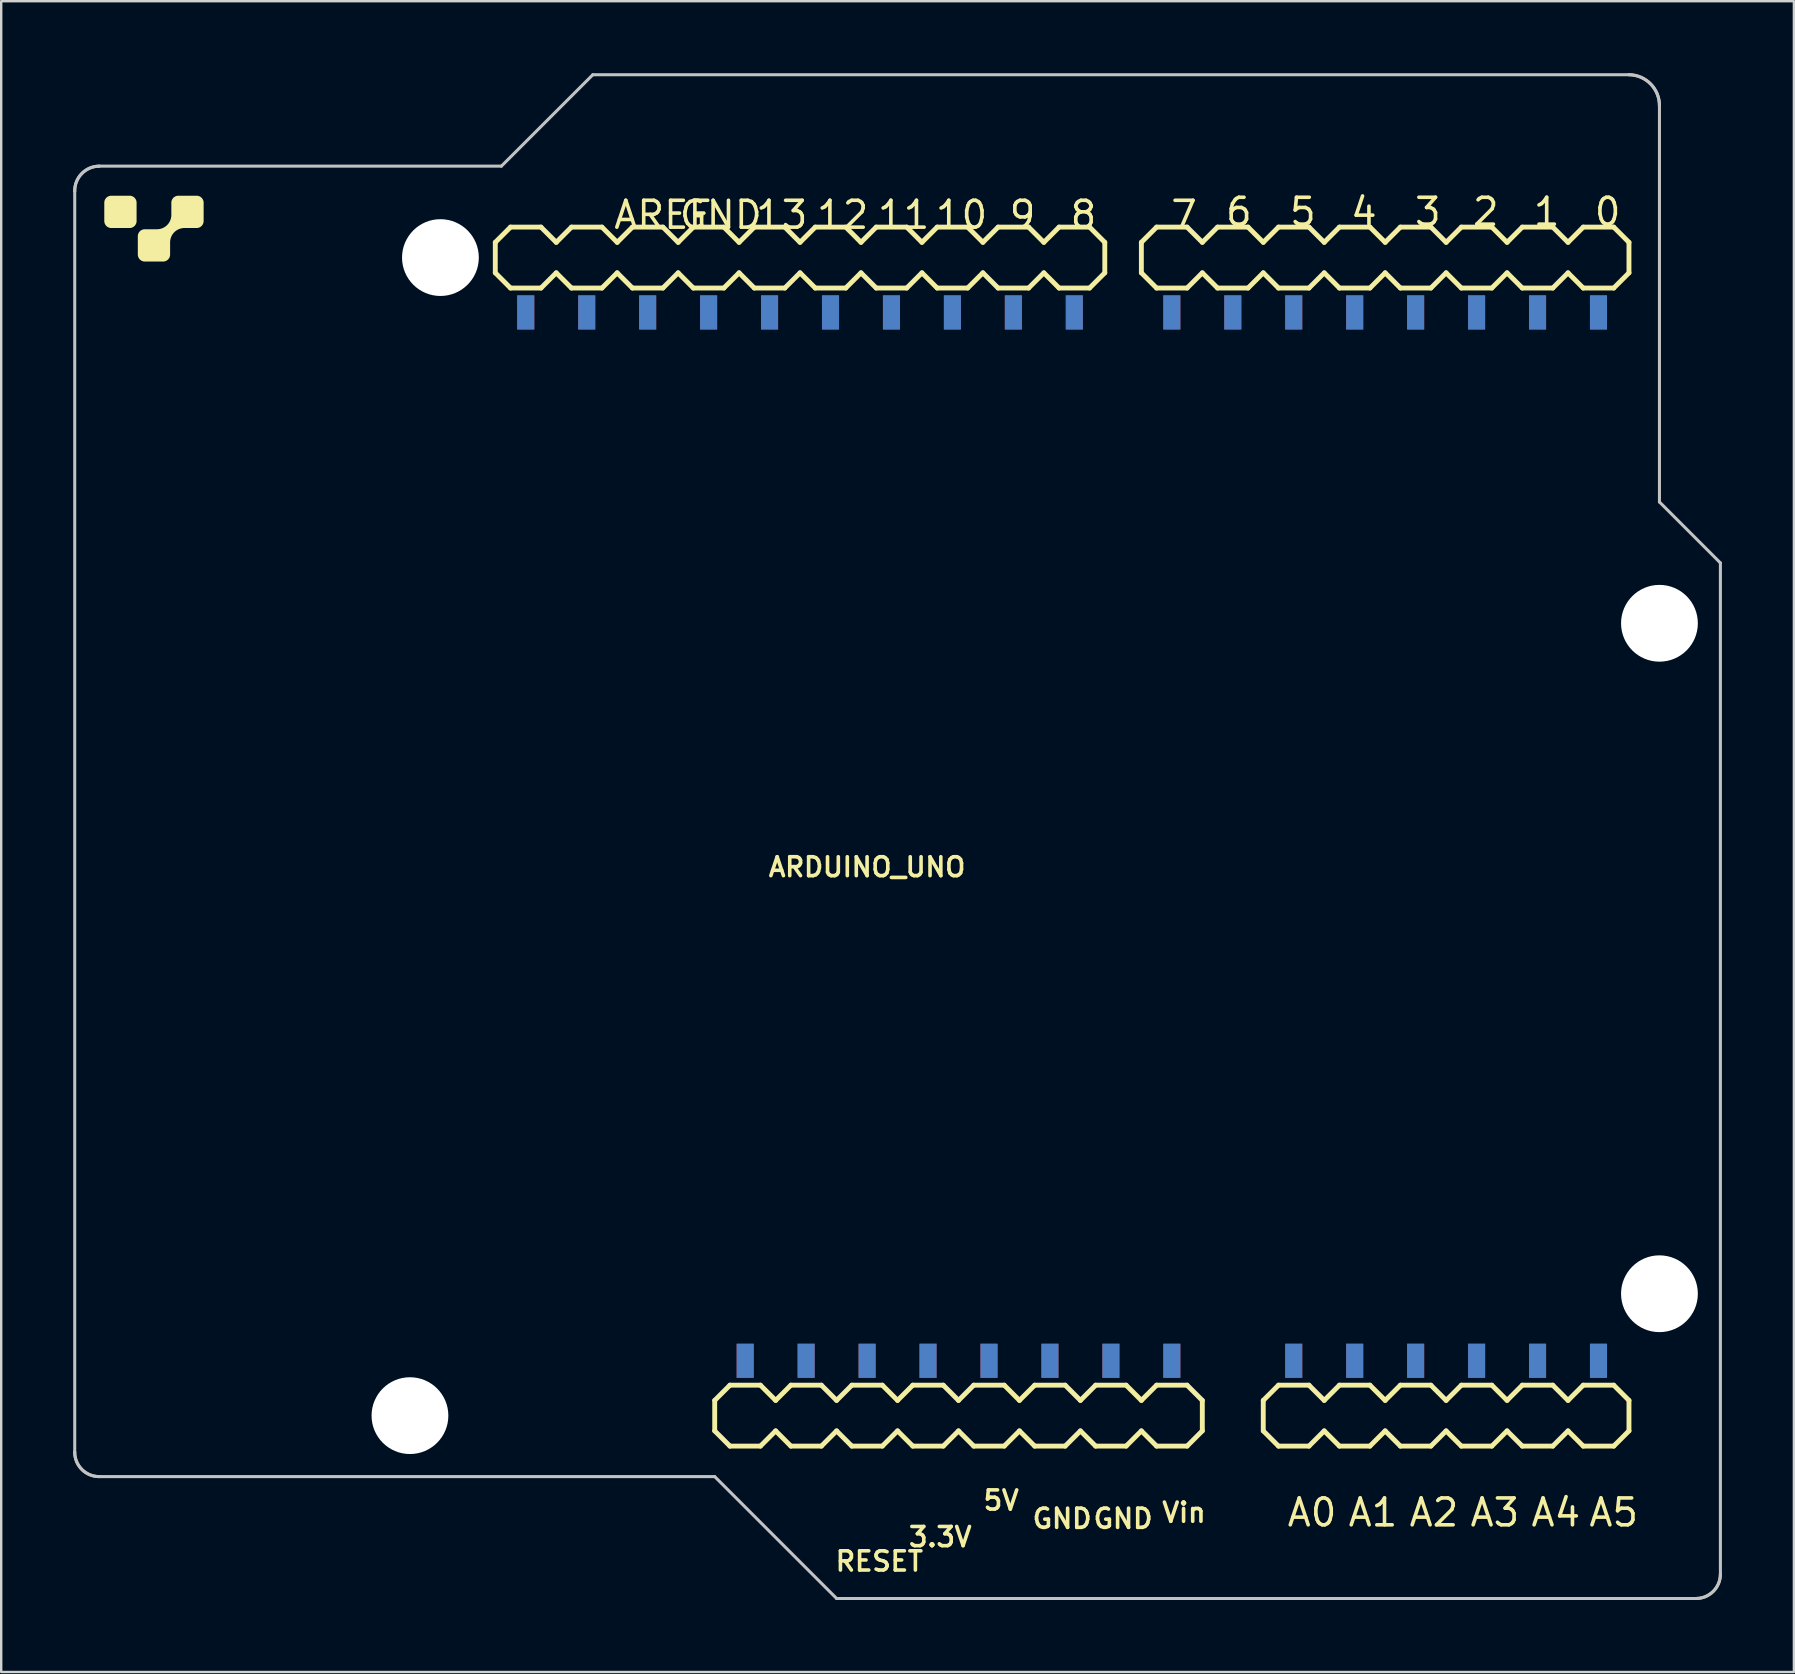
<source format=kicad_pcb>
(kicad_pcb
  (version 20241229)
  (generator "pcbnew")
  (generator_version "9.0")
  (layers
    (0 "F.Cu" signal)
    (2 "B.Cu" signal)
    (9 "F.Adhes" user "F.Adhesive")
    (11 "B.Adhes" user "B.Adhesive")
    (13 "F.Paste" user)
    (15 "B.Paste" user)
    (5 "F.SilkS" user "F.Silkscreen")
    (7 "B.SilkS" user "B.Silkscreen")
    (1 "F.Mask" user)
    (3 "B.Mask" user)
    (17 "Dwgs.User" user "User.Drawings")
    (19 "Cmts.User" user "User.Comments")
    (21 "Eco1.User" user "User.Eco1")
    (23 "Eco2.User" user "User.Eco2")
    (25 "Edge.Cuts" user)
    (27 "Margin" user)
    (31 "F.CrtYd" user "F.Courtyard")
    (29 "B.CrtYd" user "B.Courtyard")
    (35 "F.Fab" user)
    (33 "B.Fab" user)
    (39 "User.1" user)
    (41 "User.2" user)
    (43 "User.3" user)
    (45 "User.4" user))
  (footprint "ARDUINO_UNO"
    (layer "F.Cu")
    (at 33.084 33.084)
    (property "Reference" "ARDUINO_UNO" (at 0 0 0) (layer "F.SilkS") (effects (font (size 0.787 0.787) (thickness 0.15))))
    (attr smd)
    (fp_line (start -15.494 -26.035) (end -15.494 -24.765) (stroke (width 0.203) (type solid)) (layer "F.SilkS"))
    (fp_line (start -15.494 -24.765) (end -14.859 -24.13) (stroke (width 0.203) (type solid)) (layer "F.SilkS"))
    (fp_line (start -14.859 -26.67) (end -15.494 -26.035) (stroke (width 0.203) (type solid)) (layer "F.SilkS"))
    (fp_line (start -14.859 -26.67) (end -13.589 -26.67) (stroke (width 0.203) (type solid)) (layer "F.SilkS"))
    (fp_line (start -13.589 -26.67) (end -12.954 -26.035) (stroke (width 0.203) (type solid)) (layer "F.SilkS"))
    (fp_line (start -13.589 -24.13) (end -14.859 -24.13) (stroke (width 0.203) (type solid)) (layer "F.SilkS"))
    (fp_line (start -12.954 -24.765) (end -13.589 -24.13) (stroke (width 0.203) (type solid)) (layer "F.SilkS"))
    (fp_line (start -12.954 -24.765) (end -12.319 -24.13) (stroke (width 0.203) (type solid)) (layer "F.SilkS"))
    (fp_line (start -12.319 -26.67) (end -12.954 -26.035) (stroke (width 0.203) (type solid)) (layer "F.SilkS"))
    (fp_line (start -12.319 -26.67) (end -11.049 -26.67) (stroke (width 0.203) (type solid)) (layer "F.SilkS"))
    (fp_line (start -11.049 -26.67) (end -10.414 -26.035) (stroke (width 0.203) (type solid)) (layer "F.SilkS"))
    (fp_line (start -11.049 -24.13) (end -12.319 -24.13) (stroke (width 0.203) (type solid)) (layer "F.SilkS"))
    (fp_line (start -10.414 -24.765) (end -11.049 -24.13) (stroke (width 0.203) (type solid)) (layer "F.SilkS"))
    (fp_line (start -10.414 -24.765) (end -9.779 -24.13) (stroke (width 0.203) (type solid)) (layer "F.SilkS"))
    (fp_line (start -9.779 -26.67) (end -10.414 -26.035) (stroke (width 0.203) (type solid)) (layer "F.SilkS"))
    (fp_line (start -9.779 -26.67) (end -8.509 -26.67) (stroke (width 0.203) (type solid)) (layer "F.SilkS"))
    (fp_line (start -8.509 -26.67) (end -7.874 -26.035) (stroke (width 0.203) (type solid)) (layer "F.SilkS"))
    (fp_line (start -8.509 -24.13) (end -9.779 -24.13) (stroke (width 0.203) (type solid)) (layer "F.SilkS"))
    (fp_line (start -7.874 -26.035) (end -7.239 -26.67) (stroke (width 0.203) (type solid)) (layer "F.SilkS"))
    (fp_line (start -7.874 -24.765) (end -8.509 -24.13) (stroke (width 0.203) (type solid)) (layer "F.SilkS"))
    (fp_line (start -7.239 -26.67) (end -5.969 -26.67) (stroke (width 0.203) (type solid)) (layer "F.SilkS"))
    (fp_line (start -7.239 -24.13) (end -7.874 -24.765) (stroke (width 0.203) (type solid)) (layer "F.SilkS"))
    (fp_line (start -6.35 22.225) (end -6.35 23.495) (stroke (width 0.203) (type solid)) (layer "F.SilkS"))
    (fp_line (start -6.35 23.495) (end -5.715 24.13) (stroke (width 0.203) (type solid)) (layer "F.SilkS"))
    (fp_line (start -5.969 -26.67) (end -5.334 -26.035) (stroke (width 0.203) (type solid)) (layer "F.SilkS"))
    (fp_line (start -5.969 -24.13) (end -7.239 -24.13) (stroke (width 0.203) (type solid)) (layer "F.SilkS"))
    (fp_line (start -5.715 21.59) (end -6.35 22.225) (stroke (width 0.203) (type solid)) (layer "F.SilkS"))
    (fp_line (start -5.715 21.59) (end -4.445 21.59) (stroke (width 0.203) (type solid)) (layer "F.SilkS"))
    (fp_line (start -5.334 -26.035) (end -4.699 -26.67) (stroke (width 0.203) (type solid)) (layer "F.SilkS"))
    (fp_line (start -5.334 -24.765) (end -5.969 -24.13) (stroke (width 0.203) (type solid)) (layer "F.SilkS"))
    (fp_line (start -4.699 -26.67) (end -3.429 -26.67) (stroke (width 0.203) (type solid)) (layer "F.SilkS"))
    (fp_line (start -4.699 -24.13) (end -5.334 -24.765) (stroke (width 0.203) (type solid)) (layer "F.SilkS"))
    (fp_line (start -4.445 21.59) (end -3.81 22.225) (stroke (width 0.203) (type solid)) (layer "F.SilkS"))
    (fp_line (start -4.445 24.13) (end -5.715 24.13) (stroke (width 0.203) (type solid)) (layer "F.SilkS"))
    (fp_line (start -3.81 23.495) (end -4.445 24.13) (stroke (width 0.203) (type solid)) (layer "F.SilkS"))
    (fp_line (start -3.81 23.495) (end -3.175 24.13) (stroke (width 0.203) (type solid)) (layer "F.SilkS"))
    (fp_line (start -3.429 -26.67) (end -2.794 -26.035) (stroke (width 0.203) (type solid)) (layer "F.SilkS"))
    (fp_line (start -3.429 -24.13) (end -4.699 -24.13) (stroke (width 0.203) (type solid)) (layer "F.SilkS"))
    (fp_line (start -3.175 21.59) (end -3.81 22.225) (stroke (width 0.203) (type solid)) (layer "F.SilkS"))
    (fp_line (start -3.175 21.59) (end -1.905 21.59) (stroke (width 0.203) (type solid)) (layer "F.SilkS"))
    (fp_line (start -2.794 -24.765) (end -3.429 -24.13) (stroke (width 0.203) (type solid)) (layer "F.SilkS"))
    (fp_line (start -2.794 -24.765) (end -2.159 -24.13) (stroke (width 0.203) (type solid)) (layer "F.SilkS"))
    (fp_line (start -2.159 -26.67) (end -2.794 -26.035) (stroke (width 0.203) (type solid)) (layer "F.SilkS"))
    (fp_line (start -2.159 -26.67) (end -0.889 -26.67) (stroke (width 0.203) (type solid)) (layer "F.SilkS"))
    (fp_line (start -1.905 21.59) (end -1.27 22.225) (stroke (width 0.203) (type solid)) (layer "F.SilkS"))
    (fp_line (start -1.905 24.13) (end -3.175 24.13) (stroke (width 0.203) (type solid)) (layer "F.SilkS"))
    (fp_line (start -1.27 23.495) (end -1.905 24.13) (stroke (width 0.203) (type solid)) (layer "F.SilkS"))
    (fp_line (start -1.27 23.495) (end -0.635 24.13) (stroke (width 0.203) (type solid)) (layer "F.SilkS"))
    (fp_line (start -0.889 -26.67) (end -0.254 -26.035) (stroke (width 0.203) (type solid)) (layer "F.SilkS"))
    (fp_line (start -0.889 -24.13) (end -2.159 -24.13) (stroke (width 0.203) (type solid)) (layer "F.SilkS"))
    (fp_line (start -0.635 21.59) (end -1.27 22.225) (stroke (width 0.203) (type solid)) (layer "F.SilkS"))
    (fp_line (start -0.635 21.59) (end 0.635 21.59) (stroke (width 0.203) (type solid)) (layer "F.SilkS"))
    (fp_line (start -0.254 -26.035) (end 0.381 -26.67) (stroke (width 0.203) (type solid)) (layer "F.SilkS"))
    (fp_line (start -0.254 -24.765) (end -0.889 -24.13) (stroke (width 0.203) (type solid)) (layer "F.SilkS"))
    (fp_line (start 0.381 -26.67) (end 1.651 -26.67) (stroke (width 0.203) (type solid)) (layer "F.SilkS"))
    (fp_line (start 0.381 -24.13) (end -0.254 -24.765) (stroke (width 0.203) (type solid)) (layer "F.SilkS"))
    (fp_line (start 0.635 21.59) (end 1.27 22.225) (stroke (width 0.203) (type solid)) (layer "F.SilkS"))
    (fp_line (start 0.635 24.13) (end -0.635 24.13) (stroke (width 0.203) (type solid)) (layer "F.SilkS"))
    (fp_line (start 1.27 22.225) (end 1.905 21.59) (stroke (width 0.203) (type solid)) (layer "F.SilkS"))
    (fp_line (start 1.27 23.495) (end 0.635 24.13) (stroke (width 0.203) (type solid)) (layer "F.SilkS"))
    (fp_line (start 1.651 -26.67) (end 2.286 -26.035) (stroke (width 0.203) (type solid)) (layer "F.SilkS"))
    (fp_line (start 1.651 -24.13) (end 0.381 -24.13) (stroke (width 0.203) (type solid)) (layer "F.SilkS"))
    (fp_line (start 1.905 21.59) (end 3.175 21.59) (stroke (width 0.203) (type solid)) (layer "F.SilkS"))
    (fp_line (start 1.905 24.13) (end 1.27 23.495) (stroke (width 0.203) (type solid)) (layer "F.SilkS"))
    (fp_line (start 2.286 -26.035) (end 2.921 -26.67) (stroke (width 0.203) (type solid)) (layer "F.SilkS"))
    (fp_line (start 2.286 -24.765) (end 1.651 -24.13) (stroke (width 0.203) (type solid)) (layer "F.SilkS"))
    (fp_line (start 2.921 -26.67) (end 4.191 -26.67) (stroke (width 0.203) (type solid)) (layer "F.SilkS"))
    (fp_line (start 2.921 -24.13) (end 2.286 -24.765) (stroke (width 0.203) (type solid)) (layer "F.SilkS"))
    (fp_line (start 3.175 21.59) (end 3.81 22.225) (stroke (width 0.203) (type solid)) (layer "F.SilkS"))
    (fp_line (start 3.175 24.13) (end 1.905 24.13) (stroke (width 0.203) (type solid)) (layer "F.SilkS"))
    (fp_line (start 3.81 22.225) (end 4.445 21.59) (stroke (width 0.203) (type solid)) (layer "F.SilkS"))
    (fp_line (start 3.81 23.495) (end 3.175 24.13) (stroke (width 0.203) (type solid)) (layer "F.SilkS"))
    (fp_line (start 4.191 -26.67) (end 4.826 -26.035) (stroke (width 0.203) (type solid)) (layer "F.SilkS"))
    (fp_line (start 4.191 -24.13) (end 2.921 -24.13) (stroke (width 0.203) (type solid)) (layer "F.SilkS"))
    (fp_line (start 4.445 21.59) (end 5.715 21.59) (stroke (width 0.203) (type solid)) (layer "F.SilkS"))
    (fp_line (start 4.445 24.13) (end 3.81 23.495) (stroke (width 0.203) (type solid)) (layer "F.SilkS"))
    (fp_line (start 4.826 -24.765) (end 4.191 -24.13) (stroke (width 0.203) (type solid)) (layer "F.SilkS"))
    (fp_line (start 4.826 -24.765) (end 5.461 -24.13) (stroke (width 0.203) (type solid)) (layer "F.SilkS"))
    (fp_line (start 5.461 -26.67) (end 4.826 -26.035) (stroke (width 0.203) (type solid)) (layer "F.SilkS"))
    (fp_line (start 5.461 -26.67) (end 6.731 -26.67) (stroke (width 0.203) (type solid)) (layer "F.SilkS"))
    (fp_line (start 5.715 21.59) (end 6.35 22.225) (stroke (width 0.203) (type solid)) (layer "F.SilkS"))
    (fp_line (start 5.715 24.13) (end 4.445 24.13) (stroke (width 0.203) (type solid)) (layer "F.SilkS"))
    (fp_line (start 6.35 23.495) (end 5.715 24.13) (stroke (width 0.203) (type solid)) (layer "F.SilkS"))
    (fp_line (start 6.35 23.495) (end 6.985 24.13) (stroke (width 0.203) (type solid)) (layer "F.SilkS"))
    (fp_line (start 6.731 -26.67) (end 7.366 -26.035) (stroke (width 0.203) (type solid)) (layer "F.SilkS"))
    (fp_line (start 6.731 -24.13) (end 5.461 -24.13) (stroke (width 0.203) (type solid)) (layer "F.SilkS"))
    (fp_line (start 6.985 21.59) (end 6.35 22.225) (stroke (width 0.203) (type solid)) (layer "F.SilkS"))
    (fp_line (start 6.985 21.59) (end 8.255 21.59) (stroke (width 0.203) (type solid)) (layer "F.SilkS"))
    (fp_line (start 7.366 -24.765) (end 6.731 -24.13) (stroke (width 0.203) (type solid)) (layer "F.SilkS"))
    (fp_line (start 7.366 -24.765) (end 8.001 -24.13) (stroke (width 0.203) (type solid)) (layer "F.SilkS"))
    (fp_line (start 8.001 -26.67) (end 7.366 -26.035) (stroke (width 0.203) (type solid)) (layer "F.SilkS"))
    (fp_line (start 8.001 -26.67) (end 9.271 -26.67) (stroke (width 0.203) (type solid)) (layer "F.SilkS"))
    (fp_line (start 8.255 21.59) (end 8.89 22.225) (stroke (width 0.203) (type solid)) (layer "F.SilkS"))
    (fp_line (start 8.255 24.13) (end 6.985 24.13) (stroke (width 0.203) (type solid)) (layer "F.SilkS"))
    (fp_line (start 8.89 22.225) (end 9.525 21.59) (stroke (width 0.203) (type solid)) (layer "F.SilkS"))
    (fp_line (start 8.89 23.495) (end 8.255 24.13) (stroke (width 0.203) (type solid)) (layer "F.SilkS"))
    (fp_line (start 9.271 -26.67) (end 9.906 -26.035) (stroke (width 0.203) (type solid)) (layer "F.SilkS"))
    (fp_line (start 9.271 -24.13) (end 8.001 -24.13) (stroke (width 0.203) (type solid)) (layer "F.SilkS"))
    (fp_line (start 9.525 21.59) (end 10.795 21.59) (stroke (width 0.203) (type solid)) (layer "F.SilkS"))
    (fp_line (start 9.525 24.13) (end 8.89 23.495) (stroke (width 0.203) (type solid)) (layer "F.SilkS"))
    (fp_line (start 9.906 -26.035) (end 9.906 -24.765) (stroke (width 0.203) (type solid)) (layer "F.SilkS"))
    (fp_line (start 9.906 -24.765) (end 9.271 -24.13) (stroke (width 0.203) (type solid)) (layer "F.SilkS"))
    (fp_line (start 10.795 21.59) (end 11.43 22.225) (stroke (width 0.203) (type solid)) (layer "F.SilkS"))
    (fp_line (start 10.795 24.13) (end 9.525 24.13) (stroke (width 0.203) (type solid)) (layer "F.SilkS"))
    (fp_line (start 11.43 -26.035) (end 11.43 -24.765) (stroke (width 0.203) (type solid)) (layer "F.SilkS"))
    (fp_line (start 11.43 -24.765) (end 12.065 -24.13) (stroke (width 0.203) (type solid)) (layer "F.SilkS"))
    (fp_line (start 11.43 22.225) (end 12.065 21.59) (stroke (width 0.203) (type solid)) (layer "F.SilkS"))
    (fp_line (start 11.43 23.495) (end 10.795 24.13) (stroke (width 0.203) (type solid)) (layer "F.SilkS"))
    (fp_line (start 12.065 -26.67) (end 11.43 -26.035) (stroke (width 0.203) (type solid)) (layer "F.SilkS"))
    (fp_line (start 12.065 -26.67) (end 13.335 -26.67) (stroke (width 0.203) (type solid)) (layer "F.SilkS"))
    (fp_line (start 12.065 21.59) (end 13.335 21.59) (stroke (width 0.203) (type solid)) (layer "F.SilkS"))
    (fp_line (start 12.065 24.13) (end 11.43 23.495) (stroke (width 0.203) (type solid)) (layer "F.SilkS"))
    (fp_line (start 13.335 -26.67) (end 13.97 -26.035) (stroke (width 0.203) (type solid)) (layer "F.SilkS"))
    (fp_line (start 13.335 -24.13) (end 12.065 -24.13) (stroke (width 0.203) (type solid)) (layer "F.SilkS"))
    (fp_line (start 13.335 21.59) (end 13.97 22.225) (stroke (width 0.203) (type solid)) (layer "F.SilkS"))
    (fp_line (start 13.335 24.13) (end 12.065 24.13) (stroke (width 0.203) (type solid)) (layer "F.SilkS"))
    (fp_line (start 13.97 -26.035) (end 14.605 -26.67) (stroke (width 0.203) (type solid)) (layer "F.SilkS"))
    (fp_line (start 13.97 -24.765) (end 13.335 -24.13) (stroke (width 0.203) (type solid)) (layer "F.SilkS"))
    (fp_line (start 13.97 22.225) (end 13.97 23.495) (stroke (width 0.203) (type solid)) (layer "F.SilkS"))
    (fp_line (start 13.97 23.495) (end 13.335 24.13) (stroke (width 0.203) (type solid)) (layer "F.SilkS"))
    (fp_line (start 14.605 -26.67) (end 15.875 -26.67) (stroke (width 0.203) (type solid)) (layer "F.SilkS"))
    (fp_line (start 14.605 -24.13) (end 13.97 -24.765) (stroke (width 0.203) (type solid)) (layer "F.SilkS"))
    (fp_line (start 15.875 -26.67) (end 16.51 -26.035) (stroke (width 0.203) (type solid)) (layer "F.SilkS"))
    (fp_line (start 15.875 -24.13) (end 14.605 -24.13) (stroke (width 0.203) (type solid)) (layer "F.SilkS"))
    (fp_line (start 16.51 -26.035) (end 17.145 -26.67) (stroke (width 0.203) (type solid)) (layer "F.SilkS"))
    (fp_line (start 16.51 -24.765) (end 15.875 -24.13) (stroke (width 0.203) (type solid)) (layer "F.SilkS"))
    (fp_line (start 16.51 22.225) (end 16.51 23.495) (stroke (width 0.203) (type solid)) (layer "F.SilkS"))
    (fp_line (start 16.51 23.495) (end 17.145 24.13) (stroke (width 0.203) (type solid)) (layer "F.SilkS"))
    (fp_line (start 17.145 -26.67) (end 18.415 -26.67) (stroke (width 0.203) (type solid)) (layer "F.SilkS"))
    (fp_line (start 17.145 -24.13) (end 16.51 -24.765) (stroke (width 0.203) (type solid)) (layer "F.SilkS"))
    (fp_line (start 17.145 21.59) (end 16.51 22.225) (stroke (width 0.203) (type solid)) (layer "F.SilkS"))
    (fp_line (start 17.145 21.59) (end 18.415 21.59) (stroke (width 0.203) (type solid)) (layer "F.SilkS"))
    (fp_line (start 18.415 -26.67) (end 19.05 -26.035) (stroke (width 0.203) (type solid)) (layer "F.SilkS"))
    (fp_line (start 18.415 -24.13) (end 17.145 -24.13) (stroke (width 0.203) (type solid)) (layer "F.SilkS"))
    (fp_line (start 18.415 21.59) (end 19.05 22.225) (stroke (width 0.203) (type solid)) (layer "F.SilkS"))
    (fp_line (start 18.415 24.13) (end 17.145 24.13) (stroke (width 0.203) (type solid)) (layer "F.SilkS"))
    (fp_line (start 19.05 -24.765) (end 18.415 -24.13) (stroke (width 0.203) (type solid)) (layer "F.SilkS"))
    (fp_line (start 19.05 -24.765) (end 19.685 -24.13) (stroke (width 0.203) (type solid)) (layer "F.SilkS"))
    (fp_line (start 19.05 22.225) (end 19.685 21.59) (stroke (width 0.203) (type solid)) (layer "F.SilkS"))
    (fp_line (start 19.05 23.495) (end 18.415 24.13) (stroke (width 0.203) (type solid)) (layer "F.SilkS"))
    (fp_line (start 19.685 -26.67) (end 19.05 -26.035) (stroke (width 0.203) (type solid)) (layer "F.SilkS"))
    (fp_line (start 19.685 -26.67) (end 20.955 -26.67) (stroke (width 0.203) (type solid)) (layer "F.SilkS"))
    (fp_line (start 19.685 21.59) (end 20.955 21.59) (stroke (width 0.203) (type solid)) (layer "F.SilkS"))
    (fp_line (start 19.685 24.13) (end 19.05 23.495) (stroke (width 0.203) (type solid)) (layer "F.SilkS"))
    (fp_line (start 20.955 -26.67) (end 21.59 -26.035) (stroke (width 0.203) (type solid)) (layer "F.SilkS"))
    (fp_line (start 20.955 -24.13) (end 19.685 -24.13) (stroke (width 0.203) (type solid)) (layer "F.SilkS"))
    (fp_line (start 20.955 21.59) (end 21.59 22.225) (stroke (width 0.203) (type solid)) (layer "F.SilkS"))
    (fp_line (start 20.955 24.13) (end 19.685 24.13) (stroke (width 0.203) (type solid)) (layer "F.SilkS"))
    (fp_line (start 21.59 -26.035) (end 22.225 -26.67) (stroke (width 0.203) (type solid)) (layer "F.SilkS"))
    (fp_line (start 21.59 -24.765) (end 20.955 -24.13) (stroke (width 0.203) (type solid)) (layer "F.SilkS"))
    (fp_line (start 21.59 22.225) (end 22.225 21.59) (stroke (width 0.203) (type solid)) (layer "F.SilkS"))
    (fp_line (start 21.59 23.495) (end 20.955 24.13) (stroke (width 0.203) (type solid)) (layer "F.SilkS"))
    (fp_line (start 22.225 -26.67) (end 23.495 -26.67) (stroke (width 0.203) (type solid)) (layer "F.SilkS"))
    (fp_line (start 22.225 -24.13) (end 21.59 -24.765) (stroke (width 0.203) (type solid)) (layer "F.SilkS"))
    (fp_line (start 22.225 21.59) (end 23.495 21.59) (stroke (width 0.203) (type solid)) (layer "F.SilkS"))
    (fp_line (start 22.225 24.13) (end 21.59 23.495) (stroke (width 0.203) (type solid)) (layer "F.SilkS"))
    (fp_line (start 23.495 -26.67) (end 24.13 -26.035) (stroke (width 0.203) (type solid)) (layer "F.SilkS"))
    (fp_line (start 23.495 -24.13) (end 22.225 -24.13) (stroke (width 0.203) (type solid)) (layer "F.SilkS"))
    (fp_line (start 23.495 21.59) (end 24.13 22.225) (stroke (width 0.203) (type solid)) (layer "F.SilkS"))
    (fp_line (start 23.495 24.13) (end 22.225 24.13) (stroke (width 0.203) (type solid)) (layer "F.SilkS"))
    (fp_line (start 24.13 -26.035) (end 24.765 -26.67) (stroke (width 0.203) (type solid)) (layer "F.SilkS"))
    (fp_line (start 24.13 -24.765) (end 23.495 -24.13) (stroke (width 0.203) (type solid)) (layer "F.SilkS"))
    (fp_line (start 24.13 23.495) (end 23.495 24.13) (stroke (width 0.203) (type solid)) (layer "F.SilkS"))
    (fp_line (start 24.13 23.495) (end 24.765 24.13) (stroke (width 0.203) (type solid)) (layer "F.SilkS"))
    (fp_line (start 24.765 -26.67) (end 26.035 -26.67) (stroke (width 0.203) (type solid)) (layer "F.SilkS"))
    (fp_line (start 24.765 -24.13) (end 24.13 -24.765) (stroke (width 0.203) (type solid)) (layer "F.SilkS"))
    (fp_line (start 24.765 21.59) (end 24.13 22.225) (stroke (width 0.203) (type solid)) (layer "F.SilkS"))
    (fp_line (start 24.765 21.59) (end 26.035 21.59) (stroke (width 0.203) (type solid)) (layer "F.SilkS"))
    (fp_line (start 26.035 -26.67) (end 26.67 -26.035) (stroke (width 0.203) (type solid)) (layer "F.SilkS"))
    (fp_line (start 26.035 -24.13) (end 24.765 -24.13) (stroke (width 0.203) (type solid)) (layer "F.SilkS"))
    (fp_line (start 26.035 21.59) (end 26.67 22.225) (stroke (width 0.203) (type solid)) (layer "F.SilkS"))
    (fp_line (start 26.035 24.13) (end 24.765 24.13) (stroke (width 0.203) (type solid)) (layer "F.SilkS"))
    (fp_line (start 26.67 -24.765) (end 26.035 -24.13) (stroke (width 0.203) (type solid)) (layer "F.SilkS"))
    (fp_line (start 26.67 -24.765) (end 27.305 -24.13) (stroke (width 0.203) (type solid)) (layer "F.SilkS"))
    (fp_line (start 26.67 22.225) (end 27.305 21.59) (stroke (width 0.203) (type solid)) (layer "F.SilkS"))
    (fp_line (start 26.67 23.495) (end 26.035 24.13) (stroke (width 0.203) (type solid)) (layer "F.SilkS"))
    (fp_line (start 27.305 -26.67) (end 26.67 -26.035) (stroke (width 0.203) (type solid)) (layer "F.SilkS"))
    (fp_line (start 27.305 -26.67) (end 28.575 -26.67) (stroke (width 0.203) (type solid)) (layer "F.SilkS"))
    (fp_line (start 27.305 21.59) (end 28.575 21.59) (stroke (width 0.203) (type solid)) (layer "F.SilkS"))
    (fp_line (start 27.305 24.13) (end 26.67 23.495) (stroke (width 0.203) (type solid)) (layer "F.SilkS"))
    (fp_line (start 28.575 -26.67) (end 29.21 -26.035) (stroke (width 0.203) (type solid)) (layer "F.SilkS"))
    (fp_line (start 28.575 -24.13) (end 27.305 -24.13) (stroke (width 0.203) (type solid)) (layer "F.SilkS"))
    (fp_line (start 28.575 21.59) (end 29.21 22.225) (stroke (width 0.203) (type solid)) (layer "F.SilkS"))
    (fp_line (start 28.575 24.13) (end 27.305 24.13) (stroke (width 0.203) (type solid)) (layer "F.SilkS"))
    (fp_line (start 29.21 -24.765) (end 28.575 -24.13) (stroke (width 0.203) (type solid)) (layer "F.SilkS"))
    (fp_line (start 29.21 -24.765) (end 29.845 -24.13) (stroke (width 0.203) (type solid)) (layer "F.SilkS"))
    (fp_line (start 29.21 22.225) (end 29.845 21.59) (stroke (width 0.203) (type solid)) (layer "F.SilkS"))
    (fp_line (start 29.21 23.495) (end 28.575 24.13) (stroke (width 0.203) (type solid)) (layer "F.SilkS"))
    (fp_line (start 29.845 -26.67) (end 29.21 -26.035) (stroke (width 0.203) (type solid)) (layer "F.SilkS"))
    (fp_line (start 29.845 -26.67) (end 31.115 -26.67) (stroke (width 0.203) (type solid)) (layer "F.SilkS"))
    (fp_line (start 29.845 21.59) (end 31.115 21.59) (stroke (width 0.203) (type solid)) (layer "F.SilkS"))
    (fp_line (start 29.845 24.13) (end 29.21 23.495) (stroke (width 0.203) (type solid)) (layer "F.SilkS"))
    (fp_line (start 31.115 -26.67) (end 31.75 -26.035) (stroke (width 0.203) (type solid)) (layer "F.SilkS"))
    (fp_line (start 31.115 -24.13) (end 29.845 -24.13) (stroke (width 0.203) (type solid)) (layer "F.SilkS"))
    (fp_line (start 31.115 21.59) (end 31.75 22.225) (stroke (width 0.203) (type solid)) (layer "F.SilkS"))
    (fp_line (start 31.115 24.13) (end 29.845 24.13) (stroke (width 0.203) (type solid)) (layer "F.SilkS"))
    (fp_line (start 31.75 -26.035) (end 31.75 -24.765) (stroke (width 0.203) (type solid)) (layer "F.SilkS"))
    (fp_line (start 31.75 -24.765) (end 31.115 -24.13) (stroke (width 0.203) (type solid)) (layer "F.SilkS"))
    (fp_line (start 31.75 22.225) (end 31.75 23.495) (stroke (width 0.203) (type solid)) (layer "F.SilkS"))
    (fp_line (start 31.75 23.495) (end 31.115 24.13) (stroke (width 0.203) (type solid)) (layer "F.SilkS"))
    (fp_poly (pts (xy -31.75 -27.432) (xy -31.75 -27.686) (xy -31.75 -27.699) (xy -31.749 -27.713) (xy -31.747 -27.726) (xy -31.744 -27.739) (xy -31.741 -27.752) (xy -31.738 -27.764) (xy -31.733 -27.777) (xy -31.728 -27.789) (xy -31.722 -27.801) (xy -31.716 -27.813) (xy -31.709 -27.824) (xy -31.701 -27.835) (xy -31.693 -27.846) (xy -31.685 -27.856) (xy -31.676 -27.866) (xy -31.666 -27.875) (xy -31.656 -27.883) (xy -31.645 -27.891) (xy -31.634 -27.899) (xy -31.623 -27.906) (xy -31.611 -27.912) (xy -31.599 -27.918) (xy -31.587 -27.923) (xy -31.574 -27.928) (xy -31.562 -27.931) (xy -31.549 -27.934) (xy -31.536 -27.937) (xy -31.523 -27.939) (xy -31.509 -27.94) (xy -31.496 -27.94) (xy -30.988 -27.94) (xy -30.734 -27.94) (xy -30.721 -27.94) (xy -30.707 -27.939) (xy -30.694 -27.937) (xy -30.681 -27.934) (xy -30.668 -27.931) (xy -30.656 -27.928) (xy -30.643 -27.923) (xy -30.631 -27.918) (xy -30.619 -27.912) (xy -30.607 -27.906) (xy -30.596 -27.899) (xy -30.585 -27.891) (xy -30.574 -27.883) (xy -30.564 -27.875) (xy -30.554 -27.866) (xy -30.545 -27.856) (xy -30.537 -27.846) (xy -30.529 -27.835) (xy -30.521 -27.824) (xy -30.514 -27.813) (xy -30.508 -27.801) (xy -30.502 -27.789) (xy -30.497 -27.777) (xy -30.492 -27.764) (xy -30.489 -27.752) (xy -30.486 -27.739) (xy -30.483 -27.726) (xy -30.481 -27.713) (xy -30.48 -27.699) (xy -30.48 -27.686) (xy -30.48 -27.178) (xy -30.48 -26.924) (xy -30.48 -26.911) (xy -30.481 -26.897) (xy -30.483 -26.884) (xy -30.486 -26.871) (xy -30.489 -26.858) (xy -30.492 -26.846) (xy -30.497 -26.833) (xy -30.502 -26.821) (xy -30.508 -26.809) (xy -30.514 -26.797) (xy -30.521 -26.786) (xy -30.529 -26.775) (xy -30.537 -26.764) (xy -30.545 -26.754) (xy -30.554 -26.744) (xy -30.564 -26.735) (xy -30.574 -26.727) (xy -30.585 -26.719) (xy -30.596 -26.711) (xy -30.607 -26.704) (xy -30.619 -26.698) (xy -30.631 -26.692) (xy -30.643 -26.687) (xy -30.656 -26.682) (xy -30.668 -26.679) (xy -30.681 -26.676) (xy -30.694 -26.673) (xy -30.707 -26.671) (xy -30.721 -26.67) (xy -30.734 -26.67) (xy -31.242 -26.67) (xy -31.496 -26.67) (xy -31.509 -26.67) (xy -31.523 -26.671) (xy -31.536 -26.673) (xy -31.549 -26.676) (xy -31.562 -26.679) (xy -31.574 -26.682) (xy -31.587 -26.687) (xy -31.599 -26.692) (xy -31.611 -26.698) (xy -31.623 -26.704) (xy -31.634 -26.711) (xy -31.645 -26.719) (xy -31.656 -26.727) (xy -31.666 -26.735) (xy -31.676 -26.744) (xy -31.685 -26.754) (xy -31.693 -26.764) (xy -31.701 -26.775) (xy -31.709 -26.786) (xy -31.716 -26.797) (xy -31.722 -26.809) (xy -31.728 -26.821) (xy -31.733 -26.833) (xy -31.738 -26.846) (xy -31.741 -26.858) (xy -31.744 -26.871) (xy -31.747 -26.884) (xy -31.749 -26.897) (xy -31.75 -26.911) (xy -31.75 -26.924) (xy -31.75 -27.432)) (stroke (width 0.076) (type solid)) (fill yes) (layer "F.SilkS"))
    (fp_poly (pts (xy -30.353 -25.908) (xy -30.353 -25.527) (xy -30.353 -25.514) (xy -30.352 -25.5) (xy -30.35 -25.487) (xy -30.347 -25.474) (xy -30.344 -25.461) (xy -30.341 -25.449) (xy -30.336 -25.436) (xy -30.331 -25.424) (xy -30.325 -25.412) (xy -30.319 -25.4) (xy -30.312 -25.389) (xy -30.304 -25.378) (xy -30.296 -25.367) (xy -30.288 -25.357) (xy -30.279 -25.347) (xy -30.269 -25.338) (xy -30.259 -25.33) (xy -30.248 -25.322) (xy -30.237 -25.314) (xy -30.226 -25.307) (xy -30.214 -25.301) (xy -30.202 -25.295) (xy -30.19 -25.29) (xy -30.177 -25.285) (xy -30.165 -25.282) (xy -30.152 -25.279) (xy -30.139 -25.276) (xy -30.126 -25.274) (xy -30.112 -25.273) (xy -30.099 -25.273) (xy -29.718 -25.273) (xy -29.337 -25.273) (xy -29.324 -25.273) (xy -29.31 -25.274) (xy -29.297 -25.276) (xy -29.284 -25.279) (xy -29.271 -25.282) (xy -29.259 -25.285) (xy -29.246 -25.29) (xy -29.234 -25.295) (xy -29.222 -25.301) (xy -29.21 -25.307) (xy -29.199 -25.314) (xy -29.188 -25.322) (xy -29.177 -25.33) (xy -29.167 -25.338) (xy -29.157 -25.347) (xy -29.148 -25.357) (xy -29.14 -25.367) (xy -29.132 -25.378) (xy -29.124 -25.389) (xy -29.117 -25.4) (xy -29.111 -25.412) (xy -29.105 -25.424) (xy -29.1 -25.436) (xy -29.095 -25.449) (xy -29.092 -25.461) (xy -29.089 -25.474) (xy -29.086 -25.487) (xy -29.084 -25.5) (xy -29.083 -25.514) (xy -29.083 -25.527) (xy -29.083 -25.908) (xy -29.083 -26.035) (xy -29.082 -26.068) (xy -29.08 -26.101) (xy -29.075 -26.134) (xy -29.069 -26.167) (xy -29.061 -26.199) (xy -29.052 -26.231) (xy -29.041 -26.263) (xy -29.028 -26.293) (xy -29.014 -26.323) (xy -28.998 -26.352) (xy -28.981 -26.381) (xy -28.962 -26.408) (xy -28.941 -26.435) (xy -28.92 -26.46) (xy -28.897 -26.484) (xy -28.873 -26.507) (xy -28.848 -26.528) (xy -28.821 -26.549) (xy -28.794 -26.568) (xy -28.765 -26.585) (xy -28.736 -26.601) (xy -28.706 -26.615) (xy -28.676 -26.628) (xy -28.644 -26.639) (xy -28.612 -26.648) (xy -28.58 -26.656) (xy -28.547 -26.662) (xy -28.514 -26.667) (xy -28.481 -26.669) (xy -28.448 -26.67) (xy -28.194 -26.67) (xy -27.94 -26.67) (xy -27.927 -26.67) (xy -27.913 -26.671) (xy -27.9 -26.673) (xy -27.887 -26.676) (xy -27.874 -26.679) (xy -27.862 -26.682) (xy -27.849 -26.687) (xy -27.837 -26.692) (xy -27.825 -26.698) (xy -27.813 -26.704) (xy -27.802 -26.711) (xy -27.791 -26.719) (xy -27.78 -26.727) (xy -27.77 -26.735) (xy -27.76 -26.744) (xy -27.751 -26.754) (xy -27.743 -26.764) (xy -27.735 -26.775) (xy -27.727 -26.786) (xy -27.72 -26.797) (xy -27.714 -26.809) (xy -27.708 -26.821) (xy -27.703 -26.833) (xy -27.698 -26.846) (xy -27.695 -26.858) (xy -27.692 -26.871) (xy -27.689 -26.884) (xy -27.687 -26.897) (xy -27.686 -26.911) (xy -27.686 -26.924) (xy -27.686 -27.432) (xy -27.686 -27.686) (xy -27.686 -27.699) (xy -27.687 -27.713) (xy -27.689 -27.726) (xy -27.692 -27.739) (xy -27.695 -27.752) (xy -27.698 -27.764) (xy -27.703 -27.777) (xy -27.708 -27.789) (xy -27.714 -27.801) (xy -27.72 -27.813) (xy -27.727 -27.824) (xy -27.735 -27.835) (xy -27.743 -27.846) (xy -27.751 -27.856) (xy -27.76 -27.866) (xy -27.77 -27.875) (xy -27.78 -27.883) (xy -27.791 -27.891) (xy -27.802 -27.899) (xy -27.813 -27.906) (xy -27.825 -27.912) (xy -27.837 -27.918) (xy -27.849 -27.923) (xy -27.862 -27.928) (xy -27.874 -27.931) (xy -27.887 -27.934) (xy -27.9 -27.937) (xy -27.913 -27.939) (xy -27.927 -27.94) (xy -27.94 -27.94) (xy -28.194 -27.94) (xy -28.702 -27.94) (xy -28.715 -27.94) (xy -28.729 -27.939) (xy -28.742 -27.937) (xy -28.755 -27.934) (xy -28.768 -27.931) (xy -28.78 -27.928) (xy -28.793 -27.923) (xy -28.805 -27.918) (xy -28.817 -27.912) (xy -28.829 -27.906) (xy -28.84 -27.899) (xy -28.851 -27.891) (xy -28.862 -27.883) (xy -28.872 -27.875) (xy -28.882 -27.866) (xy -28.891 -27.856) (xy -28.899 -27.846) (xy -28.907 -27.835) (xy -28.915 -27.824) (xy -28.922 -27.813) (xy -28.928 -27.801) (xy -28.934 -27.789) (xy -28.939 -27.777) (xy -28.944 -27.764) (xy -28.947 -27.752) (xy -28.95 -27.739) (xy -28.953 -27.726) (xy -28.955 -27.713) (xy -28.956 -27.699) (xy -28.956 -27.686) (xy -28.956 -27.432) (xy -28.956 -27.178) (xy -28.957 -27.145) (xy -28.959 -27.112) (xy -28.964 -27.079) (xy -28.97 -27.046) (xy -28.978 -27.014) (xy -28.987 -26.982) (xy -28.998 -26.95) (xy -29.011 -26.92) (xy -29.025 -26.89) (xy -29.041 -26.861) (xy -29.058 -26.832) (xy -29.077 -26.805) (xy -29.098 -26.778) (xy -29.119 -26.753) (xy -29.142 -26.729) (xy -29.166 -26.706) (xy -29.191 -26.685) (xy -29.218 -26.664) (xy -29.245 -26.645) (xy -29.273 -26.628) (xy -29.303 -26.612) (xy -29.333 -26.598) (xy -29.363 -26.585) (xy -29.395 -26.574) (xy -29.427 -26.565) (xy -29.459 -26.557) (xy -29.492 -26.551) (xy -29.525 -26.546) (xy -29.558 -26.544) (xy -29.591 -26.543) (xy -29.845 -26.543) (xy -30.099 -26.543) (xy -30.112 -26.543) (xy -30.126 -26.542) (xy -30.139 -26.54) (xy -30.152 -26.537) (xy -30.165 -26.534) (xy -30.177 -26.531) (xy -30.19 -26.526) (xy -30.202 -26.521) (xy -30.214 -26.515) (xy -30.226 -26.509) (xy -30.237 -26.502) (xy -30.248 -26.494) (xy -30.259 -26.486) (xy -30.269 -26.478) (xy -30.279 -26.469) (xy -30.288 -26.459) (xy -30.296 -26.449) (xy -30.304 -26.438) (xy -30.312 -26.427) (xy -30.319 -26.416) (xy -30.325 -26.404) (xy -30.331 -26.392) (xy -30.336 -26.38) (xy -30.341 -26.367) (xy -30.344 -26.355) (xy -30.347 -26.342) (xy -30.35 -26.329) (xy -30.352 -26.316) (xy -30.353 -26.302) (xy -30.353 -26.289) (xy -30.353 -25.908)) (stroke (width 0.076) (type solid)) (fill yes) (layer "F.SilkS"))
    (fp_line (start -33.02 24.384) (end -33.02 -28.169) (stroke (width 0.127) (type solid)) (layer "Dwgs.User"))
    (fp_line (start -32.004 -29.21) (end -15.24 -29.21) (stroke (width 0.127) (type solid)) (layer "Dwgs.User"))
    (fp_line (start -32.004 25.4) (end -6.35 25.4) (stroke (width 0.127) (type solid)) (layer "Dwgs.User"))
    (fp_line (start -15.24 -29.21) (end -11.43 -33.02) (stroke (width 0.127) (type solid)) (layer "Dwgs.User"))
    (fp_line (start -11.43 -33.02) (end 31.75 -33.02) (stroke (width 0.127) (type solid)) (layer "Dwgs.User"))
    (fp_line (start -6.35 25.4) (end -1.27 30.48) (stroke (width 0.127) (type solid)) (layer "Dwgs.User"))
    (fp_line (start -1.27 30.48) (end 34.544 30.48) (stroke (width 0.127) (type solid)) (layer "Dwgs.User"))
    (fp_line (start 33.02 -31.725) (end 33.02 -15.215) (stroke (width 0.127) (type solid)) (layer "Dwgs.User"))
    (fp_line (start 33.02 -15.215) (end 35.56 -12.675) (stroke (width 0.127) (type solid)) (layer "Dwgs.User"))
    (fp_line (start 35.56 -12.675) (end 35.56 29.464) (stroke (width 0.127) (type solid)) (layer "Dwgs.User"))
    (fp_arc (start -33.02 -28.1686) (mid -32.727681 -28.89972) (end -32.004 -29.21) (stroke (width 0.127) (type solid)) (layer "Dwgs.User"))
    (fp_arc (start -33.02 -28.1686) (mid -32.727681 -28.89972) (end -32.004 -29.21) (stroke (width 0.127) (type solid)) (layer "Dwgs.User"))
    (fp_arc (start -32.004 25.4) (mid -32.72242 25.10242) (end -33.02 24.384) (stroke (width 0.127) (type solid)) (layer "Dwgs.User"))
    (fp_arc (start -32.004 25.4) (mid -32.72242 25.10242) (end -33.02 24.384) (stroke (width 0.127) (type solid)) (layer "Dwgs.User"))
    (fp_arc (start 31.75 -33.02) (mid 32.653286 -32.635326) (end 33.02 -31.7246) (stroke (width 0.127) (type solid)) (layer "Dwgs.User"))
    (fp_arc (start 31.75 -33.02) (mid 32.653286 -32.635326) (end 33.02 -31.7246) (stroke (width 0.127) (type solid)) (layer "Dwgs.User"))
    (fp_arc (start 35.56 29.464) (mid 35.26242 30.18242) (end 34.544 30.48) (stroke (width 0.127) (type solid)) (layer "Dwgs.User"))
    (fp_arc (start 35.56 29.464) (mid 35.26242 30.18242) (end 34.544 30.48) (stroke (width 0.127) (type solid)) (layer "Dwgs.User"))
    (fp_text user "RESET" (at 0.508 28.931 0) (layer "F.SilkS") (effects (font (size 0.8 0.8) (thickness 0.15))))
    (fp_text user "AREF" (at -8.509 -27.178 0) (layer "F.SilkS") (effects (font (size 1.12 1.12) (thickness 0.15))))
    (fp_text user "10" (at 3.937 -27.178 0) (layer "F.SilkS") (effects (font (size 1.12 1.12) (thickness 0.15))))
    (fp_text user "7" (at 13.208 -27.178 0) (layer "F.SilkS") (effects (font (size 1.12 1.12) (thickness 0.15))))
    (fp_text user "12" (at -1.016 -27.178 0) (layer "F.SilkS") (effects (font (size 1.12 1.12) (thickness 0.15))))
    (fp_text user "4" (at 20.701 -27.305 0) (layer "F.SilkS") (effects (font (size 1.12 1.12) (thickness 0.15))))
    (fp_text user "8" (at 9.017 -27.178 0) (layer "F.SilkS") (effects (font (size 1.12 1.12) (thickness 0.15))))
    (fp_text user "Vin" (at 13.208 26.899 0) (layer "F.SilkS") (effects (font (size 0.8 0.8) (thickness 0.15))))
    (fp_text user "1" (at 28.321 -27.305 0) (layer "F.SilkS") (effects (font (size 1.12 1.12) (thickness 0.15))))
    (fp_text user "0" (at 30.861 -27.305 0) (layer "F.SilkS") (effects (font (size 1.12 1.12) (thickness 0.15))))
    (fp_text user "A2" (at 23.622 26.899 0) (layer "F.SilkS") (effects (font (size 1.12 1.12) (thickness 0.15))))
    (fp_text user "13" (at -3.556 -27.178 0) (layer "F.SilkS") (effects (font (size 1.12 1.12) (thickness 0.15))))
    (fp_text user "5V" (at 5.588 26.391 0) (layer "F.SilkS") (effects (font (size 0.8 0.8) (thickness 0.15))))
    (fp_text user "5" (at 18.161 -27.305 0) (layer "F.SilkS") (effects (font (size 1.12 1.12) (thickness 0.15))))
    (fp_text user "A4" (at 28.702 26.899 0) (layer "F.SilkS") (effects (font (size 1.12 1.12) (thickness 0.15))))
    (fp_text user "A0" (at 18.542 26.899 0) (layer "F.SilkS") (effects (font (size 1.12 1.12) (thickness 0.15))))
    (fp_text user "A3" (at 26.162 26.899 0) (layer "F.SilkS") (effects (font (size 1.12 1.12) (thickness 0.15))))
    (fp_text user "3" (at 23.368 -27.305 0) (layer "F.SilkS") (effects (font (size 1.12 1.12) (thickness 0.15))))
    (fp_text user "GND" (at 8.128 27.153 0) (layer "F.SilkS") (effects (font (size 0.8 0.8) (thickness 0.15))))
    (fp_text user "2" (at 25.781 -27.305 0) (layer "F.SilkS") (effects (font (size 1.12 1.12) (thickness 0.15))))
    (fp_text user "GND" (at 10.668 27.153 0) (layer "F.SilkS") (effects (font (size 0.8 0.8) (thickness 0.15))))
    (fp_text user "A5" (at 31.115 26.899 0) (layer "F.SilkS") (effects (font (size 1.12 1.12) (thickness 0.15))))
    (fp_text user "11" (at 1.524 -27.178 0) (layer "F.SilkS") (effects (font (size 1.12 1.12) (thickness 0.15))))
    (fp_text user "GND" (at -6.096 -27.178 0) (layer "F.SilkS") (effects (font (size 1.12 1.12) (thickness 0.15))))
    (fp_text user "A1" (at 21.082 26.899 0) (layer "F.SilkS") (effects (font (size 1.12 1.12) (thickness 0.15))))
    (fp_text user "6" (at 15.494 -27.305 0) (layer "F.SilkS") (effects (font (size 1.12 1.12) (thickness 0.15))))
    (fp_text user "3.3V" (at 3.048 27.915 0) (layer "F.SilkS") (effects (font (size 0.8 0.8) (thickness 0.15))))
    (fp_text user "9" (at 6.477 -27.178 0) (layer "F.SilkS") (effects (font (size 1.12 1.12) (thickness 0.15))))
    (pad "" np_thru_hole circle (at -19.05 22.86) (size 3.2 3.2) (drill 3.2) (layers "*.Cu" "*.Mask"))
    (pad "" np_thru_hole circle (at -17.78 -25.4) (size 3.2 3.2) (drill 3.2) (layers "*.Cu" "*.Mask"))
    (pad "" np_thru_hole circle (at 33.02 -10.16) (size 3.2 3.2) (drill 3.2) (layers "*.Cu" "*.Mask"))
    (pad "" np_thru_hole circle (at 33.02 17.78) (size 3.2 3.2) (drill 3.2) (layers "*.Cu" "*.Mask"))
    (pad "0@1" smd rect (at 30.48 -23.114) (size 0.711 1.422) (layers "B.Cu" "B.Mask" "B.Paste"))
    (pad "0@2" smd rect (at 30.48 -23.114) (size 0.711 1.422) (layers "F.Cu" "F.Mask" "F.Paste"))
    (pad "1@1" smd rect (at 27.94 -23.114) (size 0.711 1.422) (layers "B.Cu" "B.Mask" "B.Paste"))
    (pad "1@2" smd rect (at 27.94 -23.114) (size 0.711 1.422) (layers "F.Cu" "F.Mask" "F.Paste"))
    (pad "2@1" smd rect (at 25.4 -23.114) (size 0.711 1.422) (layers "B.Cu" "B.Mask" "B.Paste"))
    (pad "2@2" smd rect (at 25.4 -23.114) (size 0.711 1.422) (layers "F.Cu" "F.Mask" "F.Paste"))
    (pad "3.3V@1" smd rect (at 2.54 20.574) (size 0.711 1.422) (layers "B.Cu" "B.Mask" "B.Paste"))
    (pad "3.3V@2" smd rect (at 2.54 20.574) (size 0.711 1.422) (layers "F.Cu" "F.Mask" "F.Paste"))
    (pad "3@1" smd rect (at 22.86 -23.114) (size 0.711 1.422) (layers "B.Cu" "B.Mask" "B.Paste"))
    (pad "3@2" smd rect (at 22.86 -23.114) (size 0.711 1.422) (layers "F.Cu" "F.Mask" "F.Paste"))
    (pad "4@1" smd rect (at 20.32 -23.114) (size 0.711 1.422) (layers "B.Cu" "B.Mask" "B.Paste"))
    (pad "4@2" smd rect (at 20.32 -23.114) (size 0.711 1.422) (layers "F.Cu" "F.Mask" "F.Paste"))
    (pad "5@1" smd rect (at 17.78 -23.114) (size 0.711 1.422) (layers "B.Cu" "B.Mask" "B.Paste"))
    (pad "5@2" smd rect (at 17.78 -23.114) (size 0.711 1.422) (layers "F.Cu" "F.Mask" "F.Paste"))
    (pad "5V@1" smd rect (at 5.08 20.574) (size 0.711 1.422) (layers "B.Cu" "B.Mask" "B.Paste"))
    (pad "5V@2" smd rect (at 5.08 20.574) (size 0.711 1.422) (layers "F.Cu" "F.Mask" "F.Paste"))
    (pad "6@1" smd rect (at 15.24 -23.114) (size 0.711 1.422) (layers "B.Cu" "B.Mask" "B.Paste"))
    (pad "6@2" smd rect (at 15.24 -23.114) (size 0.711 1.422) (layers "F.Cu" "F.Mask" "F.Paste"))
    (pad "7@1" smd rect (at 12.7 -23.114) (size 0.711 1.422) (layers "B.Cu" "B.Mask" "B.Paste"))
    (pad "7@2" smd rect (at 12.7 -23.114) (size 0.711 1.422) (layers "F.Cu" "F.Mask" "F.Paste"))
    (pad "8@1" smd rect (at 8.636 -23.114) (size 0.711 1.422) (layers "B.Cu" "B.Mask" "B.Paste"))
    (pad "8@2" smd rect (at 8.636 -23.114) (size 0.711 1.422) (layers "F.Cu" "F.Mask" "F.Paste"))
    (pad "9@1" smd rect (at 6.096 -23.114) (size 0.711 1.422) (layers "B.Cu" "B.Mask" "B.Paste"))
    (pad "9@2" smd rect (at 6.096 -23.114) (size 0.711 1.422) (layers "F.Cu" "F.Mask" "F.Paste"))
    (pad "10@1" smd rect (at 3.556 -23.114) (size 0.711 1.422) (layers "B.Cu" "B.Mask" "B.Paste"))
    (pad "10@2" smd rect (at 3.556 -23.114) (size 0.711 1.422) (layers "F.Cu" "F.Mask" "F.Paste"))
    (pad "11@1" smd rect (at 1.016 -23.114) (size 0.711 1.422) (layers "B.Cu" "B.Mask" "B.Paste"))
    (pad "11@2" smd rect (at 1.016 -23.114) (size 0.711 1.422) (layers "F.Cu" "F.Mask" "F.Paste"))
    (pad "12@1" smd rect (at -1.524 -23.114) (size 0.711 1.422) (layers "B.Cu" "B.Mask" "B.Paste"))
    (pad "12@2" smd rect (at -1.524 -23.114) (size 0.711 1.422) (layers "F.Cu" "F.Mask" "F.Paste"))
    (pad "13@1" smd rect (at -4.064 -23.114) (size 0.711 1.422) (layers "B.Cu" "B.Mask" "B.Paste"))
    (pad "13@2" smd rect (at -4.064 -23.114) (size 0.711 1.422) (layers "F.Cu" "F.Mask" "F.Paste"))
    (pad "A0@1" smd rect (at 17.78 20.574) (size 0.711 1.422) (layers "B.Cu" "B.Mask" "B.Paste"))
    (pad "A0@2" smd rect (at 17.78 20.574) (size 0.711 1.422) (layers "F.Cu" "F.Mask" "F.Paste"))
    (pad "A1@1" smd rect (at 20.32 20.574) (size 0.711 1.422) (layers "B.Cu" "B.Mask" "B.Paste"))
    (pad "A1@2" smd rect (at 20.32 20.574) (size 0.711 1.422) (layers "F.Cu" "F.Mask" "F.Paste"))
    (pad "A2@1" smd rect (at 22.86 20.574) (size 0.711 1.422) (layers "B.Cu" "B.Mask" "B.Paste"))
    (pad "A2@2" smd rect (at 22.86 20.574) (size 0.711 1.422) (layers "F.Cu" "F.Mask" "F.Paste"))
    (pad "A3@1" smd rect (at 25.4 20.574) (size 0.711 1.422) (layers "B.Cu" "B.Mask" "B.Paste"))
    (pad "A3@2" smd rect (at 25.4 20.574) (size 0.711 1.422) (layers "F.Cu" "F.Mask" "F.Paste"))
    (pad "A4@1" smd rect (at 27.94 20.574) (size 0.711 1.422) (layers "B.Cu" "B.Mask" "B.Paste"))
    (pad "A4@2" smd rect (at 27.94 20.574) (size 0.711 1.422) (layers "F.Cu" "F.Mask" "F.Paste"))
    (pad "A5@1" smd rect (at 30.48 20.574) (size 0.711 1.422) (layers "B.Cu" "B.Mask" "B.Paste"))
    (pad "A5@2" smd rect (at 30.48 20.574) (size 0.711 1.422) (layers "F.Cu" "F.Mask" "F.Paste"))
    (pad "AREF@1" smd rect (at -9.144 -23.114) (size 0.711 1.422) (layers "B.Cu" "B.Mask" "B.Paste"))
    (pad "AREF@2" smd rect (at -9.144 -23.114) (size 0.711 1.422) (layers "F.Cu" "F.Mask" "F.Paste"))
    (pad "GND..@1" smd rect (at 7.62 20.574) (size 0.711 1.422) (layers "B.Cu" "B.Mask" "B.Paste"))
    (pad "GND..@2" smd rect (at 7.62 20.574) (size 0.711 1.422) (layers "F.Cu" "F.Mask" "F.Paste"))
    (pad "GND.@1" smd rect (at 10.16 20.574) (size 0.711 1.422) (layers "B.Cu" "B.Mask" "B.Paste"))
    (pad "GND.@2" smd rect (at 10.16 20.574) (size 0.711 1.422) (layers "F.Cu" "F.Mask" "F.Paste"))
    (pad "GND@1" smd rect (at -6.604 -23.114) (size 0.711 1.422) (layers "B.Cu" "B.Mask" "B.Paste"))
    (pad "GND@2" smd rect (at -6.604 -23.114) (size 0.711 1.422) (layers "F.Cu" "F.Mask" "F.Paste"))
    (pad "I/OREF@1" smd rect (at -2.54 20.574) (size 0.711 1.422) (layers "B.Cu" "B.Mask" "B.Paste"))
    (pad "I/OREF@2" smd rect (at -2.54 20.574) (size 0.711 1.422) (layers "F.Cu" "F.Mask" "F.Paste"))
    (pad "N/C@1" smd rect (at -5.08 20.574) (size 0.711 1.422) (layers "B.Cu" "B.Mask" "B.Paste"))
    (pad "N/C@2" smd rect (at -5.08 20.574) (size 0.711 1.422) (layers "F.Cu" "F.Mask" "F.Paste"))
    (pad "RESET@1" smd rect (at 0 20.574) (size 0.711 1.422) (layers "B.Cu" "B.Mask" "B.Paste"))
    (pad "RESET@2" smd rect (at 0 20.574) (size 0.711 1.422) (layers "F.Cu" "F.Mask" "F.Paste"))
    (pad "SCL@1" smd rect (at -14.224 -23.114) (size 0.711 1.422) (layers "B.Cu" "B.Mask" "B.Paste"))
    (pad "SCL@2" smd rect (at -14.224 -23.114) (size 0.711 1.422) (layers "F.Cu" "F.Mask" "F.Paste"))
    (pad "SDA@1" smd rect (at -11.684 -23.114) (size 0.711 1.422) (layers "B.Cu" "B.Mask" "B.Paste"))
    (pad "SDA@2" smd rect (at -11.684 -23.114) (size 0.711 1.422) (layers "F.Cu" "F.Mask" "F.Paste"))
    (pad "VIN@1" smd rect (at 12.7 20.574) (size 0.711 1.422) (layers "B.Cu" "B.Mask" "B.Paste"))
    (pad "VIN@2" smd rect (at 12.7 20.574) (size 0.711 1.422) (layers "F.Cu" "F.Mask" "F.Paste")))
  (gr_rect
    (start -3 -3)
    (end 71.707 66.627)
    (stroke (width 0.1) (type default))
    (fill no)
    (layer "Edge.Cuts")))
</source>
